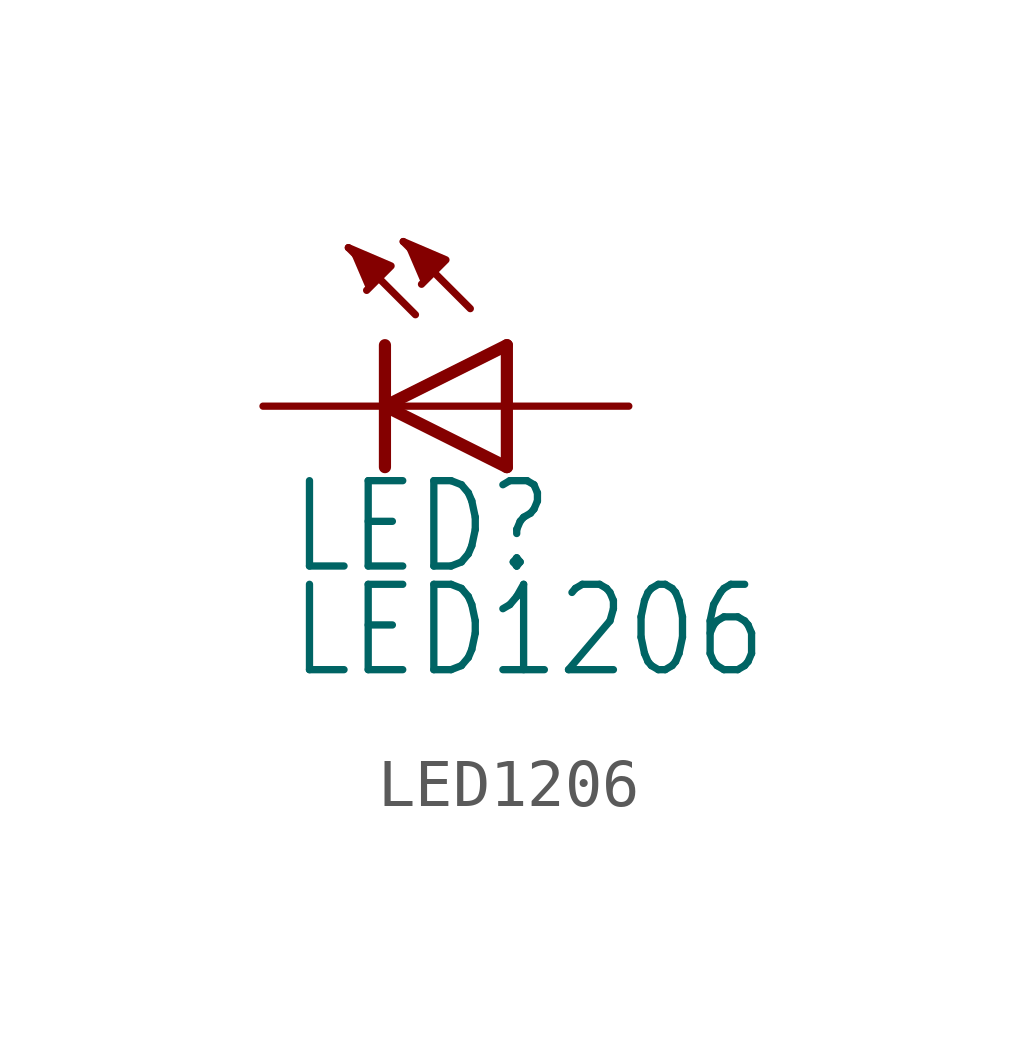
<source format=kicad_sym>
(kicad_symbol_lib
  (version 20211014)
  (generator kicad_symbol_editor)
  (symbol "LED1206"
    (property "Reference" "LED"
      (at -2.032 -3.556 0)
      (effects (font (size 1.778 1.511)) (justify left bottom)))
    (property "Value" "LED1206"
      (at -2.032 -5.715 0)
      (effects (font (size 1.778 1.511)) (justify left bottom)))
    (property "ki_locked" ""
      (at 0 0 0)
      (effects (font (size 1.27 1.27))))
    (symbol "LED1206_1_0"
      (polyline (pts (xy 0 -1.27) (xy 0 0)) (stroke (width 0.254) (type default) (color 0 0 0 0)) (fill (type none)))
      (polyline (pts (xy 0 0) (xy 0 1.27)) (stroke (width 0.254) (type default) (color 0 0 0 0)) (fill (type none)))
      (polyline (pts (xy 0 0) (xy 2.54 1.27)) (stroke (width 0.254) (type default) (color 0 0 0 0)) (fill (type none)))
      (polyline (pts (xy 0.635 1.905) (xy -0.762 3.302)) (stroke (width 0.152) (type default) (color 0 0 0 0)) (fill (type none)))
      (polyline (pts (xy 1.778 2.032) (xy 0.381 3.429)) (stroke (width 0.152) (type default) (color 0 0 0 0)) (fill (type none)))
      (polyline (pts (xy 2.54 -1.27) (xy 0 0)) (stroke (width 0.254) (type default) (color 0 0 0 0)) (fill (type none)))
      (polyline (pts (xy 2.54 -1.27) (xy 2.54 0)) (stroke (width 0.254) (type default) (color 0 0 0 0)) (fill (type none)))
      (polyline (pts (xy 2.54 0) (xy 0 0)) (stroke (width 0.152) (type default) (color 0 0 0 0)) (fill (type none)))
      (polyline (pts (xy 2.54 0) (xy 2.54 1.27)) (stroke (width 0.254) (type default) (color 0 0 0 0)) (fill (type none)))
      (polyline (pts (xy -0.762 3.302) (xy 0.127 2.921) (xy -0.381 2.413)) (stroke (width 0) (type default) (color 0 0 0 0)) (fill (type outline)))
      (polyline (pts (xy 0.381 3.429) (xy 1.27 3.048) (xy 0.762 2.54)) (stroke (width 0) (type default) (color 0 0 0 0)) (fill (type outline)))
      (pin passive line (at 5.08 0 180) (length 2.54) (name "A" (effects (font (size 0 0)))) (number "A" (effects (font (size 0 0)))))
      (pin passive line (at -2.54 0 0) (length 2.54) (name "C" (effects (font (size 0 0)))) (number "C" (effects (font (size 0 0))))))))
</source>
